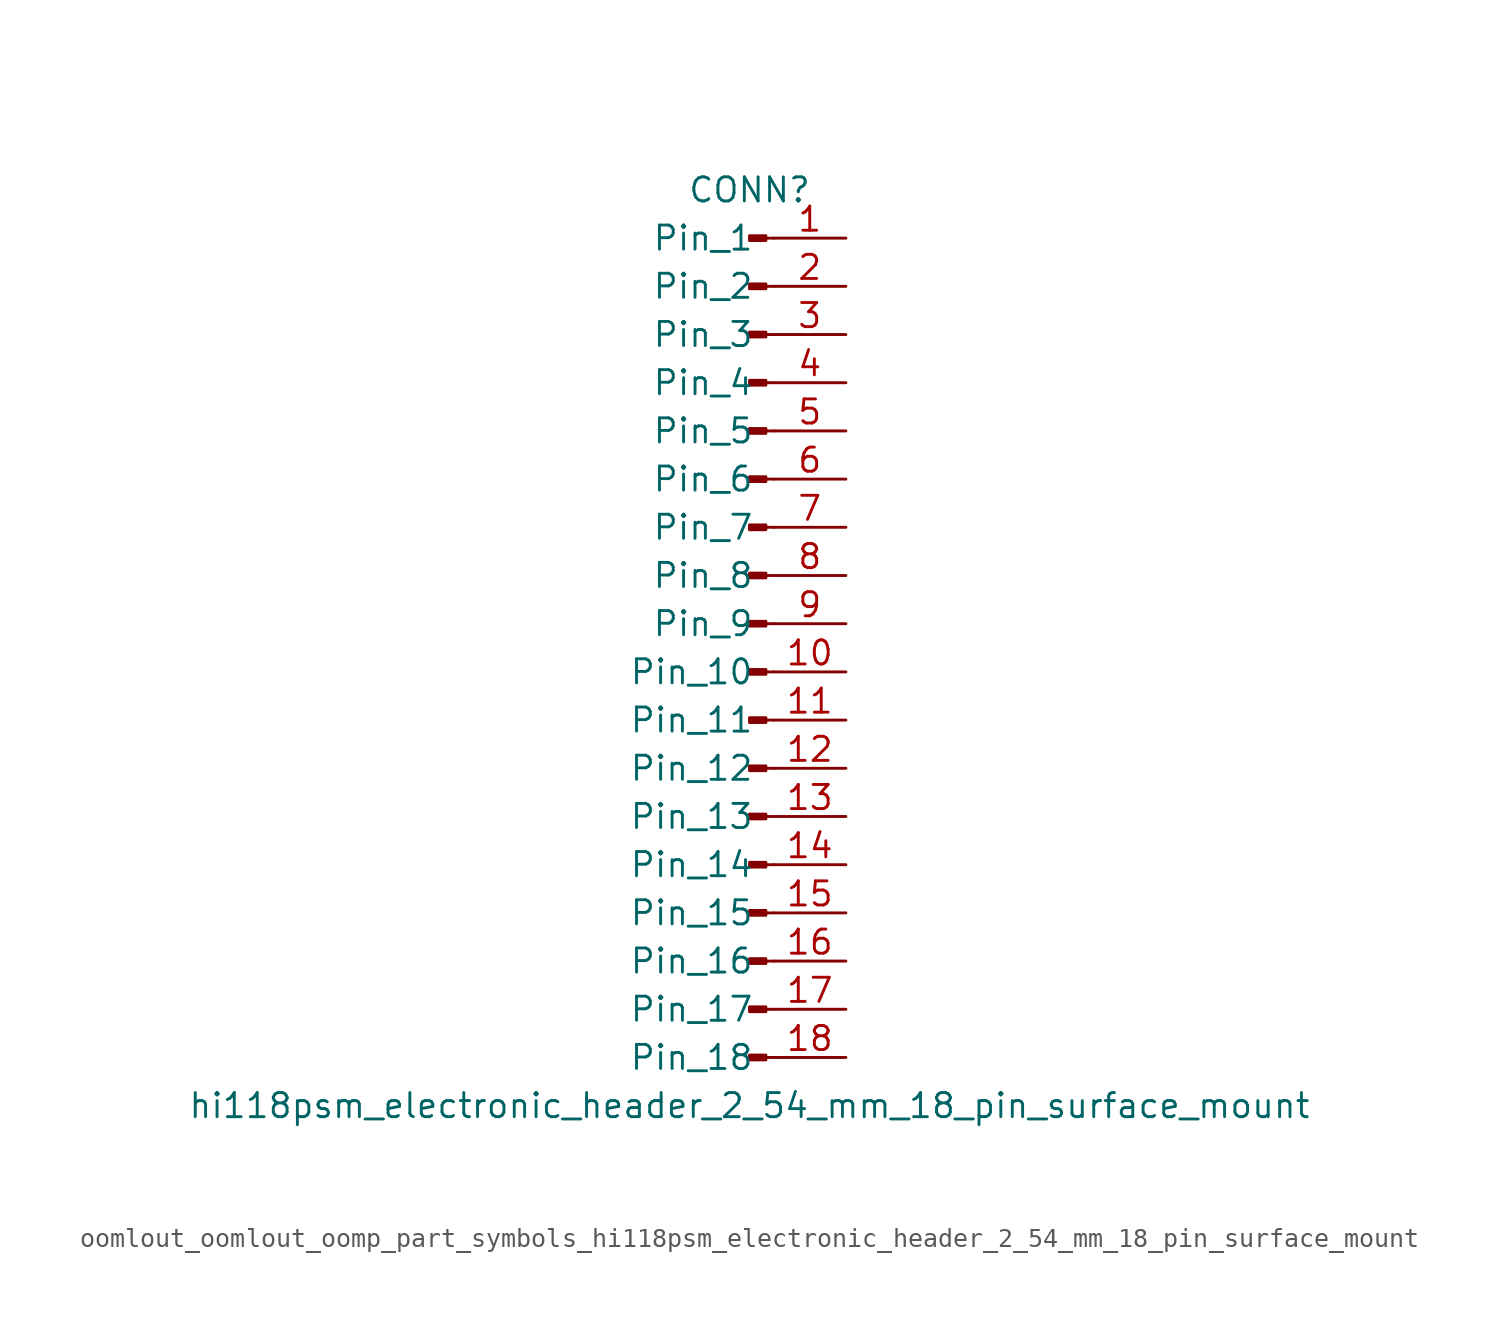
<source format=kicad_sym>
(kicad_symbol_lib
  (version 20220914)
  (generator kicad_symbol_editor)
  (symbol "oomlout_oomlout_oomp_part_symbols_hi118psm_electronic_header_2_54_mm_18_pin_surface_mount"
    (pin_names
      (offset 1.016))
    (property "Reference" "CONN"
      (at 0 22.86 0)
      (effects (font (size 1.27 1.27))))
    (property "Value" "hi118psm_electronic_header_2_54_mm_18_pin_surface_mount"
      (at 0 -25.4 0)
      (effects (font (size 1.27 1.27))))
    (property "ki_locked" ""
      (at 0 0 0)
      (effects (font (size 1.27 1.27))))
    (symbol "oomlout_oomlout_oomp_part_symbols_hi118psm_electronic_header_2_54_mm_18_pin_surface_mount_1_1"
      (polyline (pts (xy 1.27 -22.86) (xy 0.864 -22.86)) (stroke (width 0.152) (type default)) (fill (type none)))
      (polyline (pts (xy 1.27 -20.32) (xy 0.864 -20.32)) (stroke (width 0.152) (type default)) (fill (type none)))
      (polyline (pts (xy 1.27 -17.78) (xy 0.864 -17.78)) (stroke (width 0.152) (type default)) (fill (type none)))
      (polyline (pts (xy 1.27 -15.24) (xy 0.864 -15.24)) (stroke (width 0.152) (type default)) (fill (type none)))
      (polyline (pts (xy 1.27 -12.7) (xy 0.864 -12.7)) (stroke (width 0.152) (type default)) (fill (type none)))
      (polyline (pts (xy 1.27 -10.16) (xy 0.864 -10.16)) (stroke (width 0.152) (type default)) (fill (type none)))
      (polyline (pts (xy 1.27 -7.62) (xy 0.864 -7.62)) (stroke (width 0.152) (type default)) (fill (type none)))
      (polyline (pts (xy 1.27 -5.08) (xy 0.864 -5.08)) (stroke (width 0.152) (type default)) (fill (type none)))
      (polyline (pts (xy 1.27 -2.54) (xy 0.864 -2.54)) (stroke (width 0.152) (type default)) (fill (type none)))
      (polyline (pts (xy 1.27 0) (xy 0.864 0)) (stroke (width 0.152) (type default)) (fill (type none)))
      (polyline (pts (xy 1.27 2.54) (xy 0.864 2.54)) (stroke (width 0.152) (type default)) (fill (type none)))
      (polyline (pts (xy 1.27 5.08) (xy 0.864 5.08)) (stroke (width 0.152) (type default)) (fill (type none)))
      (polyline (pts (xy 1.27 7.62) (xy 0.864 7.62)) (stroke (width 0.152) (type default)) (fill (type none)))
      (polyline (pts (xy 1.27 10.16) (xy 0.864 10.16)) (stroke (width 0.152) (type default)) (fill (type none)))
      (polyline (pts (xy 1.27 12.7) (xy 0.864 12.7)) (stroke (width 0.152) (type default)) (fill (type none)))
      (polyline (pts (xy 1.27 15.24) (xy 0.864 15.24)) (stroke (width 0.152) (type default)) (fill (type none)))
      (polyline (pts (xy 1.27 17.78) (xy 0.864 17.78)) (stroke (width 0.152) (type default)) (fill (type none)))
      (polyline (pts (xy 1.27 20.32) (xy 0.864 20.32)) (stroke (width 0.152) (type default)) (fill (type none)))
      (rectangle (start 0.864 -22.733) (end 0 -22.987) (stroke (width 0.152) (type default)) (fill (type outline)))
      (rectangle (start 0.864 -20.193) (end 0 -20.447) (stroke (width 0.152) (type default)) (fill (type outline)))
      (rectangle (start 0.864 -17.653) (end 0 -17.907) (stroke (width 0.152) (type default)) (fill (type outline)))
      (rectangle (start 0.864 -15.113) (end 0 -15.367) (stroke (width 0.152) (type default)) (fill (type outline)))
      (rectangle (start 0.864 -12.573) (end 0 -12.827) (stroke (width 0.152) (type default)) (fill (type outline)))
      (rectangle (start 0.864 -10.033) (end 0 -10.287) (stroke (width 0.152) (type default)) (fill (type outline)))
      (rectangle (start 0.864 -7.493) (end 0 -7.747) (stroke (width 0.152) (type default)) (fill (type outline)))
      (rectangle (start 0.864 -4.953) (end 0 -5.207) (stroke (width 0.152) (type default)) (fill (type outline)))
      (rectangle (start 0.864 -2.413) (end 0 -2.667) (stroke (width 0.152) (type default)) (fill (type outline)))
      (rectangle (start 0.864 0.127) (end 0 -0.127) (stroke (width 0.152) (type default)) (fill (type outline)))
      (rectangle (start 0.864 2.667) (end 0 2.413) (stroke (width 0.152) (type default)) (fill (type outline)))
      (rectangle (start 0.864 5.207) (end 0 4.953) (stroke (width 0.152) (type default)) (fill (type outline)))
      (rectangle (start 0.864 7.747) (end 0 7.493) (stroke (width 0.152) (type default)) (fill (type outline)))
      (rectangle (start 0.864 10.287) (end 0 10.033) (stroke (width 0.152) (type default)) (fill (type outline)))
      (rectangle (start 0.864 12.827) (end 0 12.573) (stroke (width 0.152) (type default)) (fill (type outline)))
      (rectangle (start 0.864 15.367) (end 0 15.113) (stroke (width 0.152) (type default)) (fill (type outline)))
      (rectangle (start 0.864 17.907) (end 0 17.653) (stroke (width 0.152) (type default)) (fill (type outline)))
      (rectangle (start 0.864 20.447) (end 0 20.193) (stroke (width 0.152) (type default)) (fill (type outline)))
      (pin passive line (at 5.08 20.32 180) (length 3.81) (name "Pin_1" (effects (font (size 1.27 1.27)))) (number "1" (effects (font (size 1.27 1.27)))))
      (pin passive line (at 5.08 -2.54 180) (length 3.81) (name "Pin_10" (effects (font (size 1.27 1.27)))) (number "10" (effects (font (size 1.27 1.27)))))
      (pin passive line (at 5.08 -5.08 180) (length 3.81) (name "Pin_11" (effects (font (size 1.27 1.27)))) (number "11" (effects (font (size 1.27 1.27)))))
      (pin passive line (at 5.08 -7.62 180) (length 3.81) (name "Pin_12" (effects (font (size 1.27 1.27)))) (number "12" (effects (font (size 1.27 1.27)))))
      (pin passive line (at 5.08 -10.16 180) (length 3.81) (name "Pin_13" (effects (font (size 1.27 1.27)))) (number "13" (effects (font (size 1.27 1.27)))))
      (pin passive line (at 5.08 -12.7 180) (length 3.81) (name "Pin_14" (effects (font (size 1.27 1.27)))) (number "14" (effects (font (size 1.27 1.27)))))
      (pin passive line (at 5.08 -15.24 180) (length 3.81) (name "Pin_15" (effects (font (size 1.27 1.27)))) (number "15" (effects (font (size 1.27 1.27)))))
      (pin passive line (at 5.08 -17.78 180) (length 3.81) (name "Pin_16" (effects (font (size 1.27 1.27)))) (number "16" (effects (font (size 1.27 1.27)))))
      (pin passive line (at 5.08 -20.32 180) (length 3.81) (name "Pin_17" (effects (font (size 1.27 1.27)))) (number "17" (effects (font (size 1.27 1.27)))))
      (pin passive line (at 5.08 -22.86 180) (length 3.81) (name "Pin_18" (effects (font (size 1.27 1.27)))) (number "18" (effects (font (size 1.27 1.27)))))
      (pin passive line (at 5.08 17.78 180) (length 3.81) (name "Pin_2" (effects (font (size 1.27 1.27)))) (number "2" (effects (font (size 1.27 1.27)))))
      (pin passive line (at 5.08 15.24 180) (length 3.81) (name "Pin_3" (effects (font (size 1.27 1.27)))) (number "3" (effects (font (size 1.27 1.27)))))
      (pin passive line (at 5.08 12.7 180) (length 3.81) (name "Pin_4" (effects (font (size 1.27 1.27)))) (number "4" (effects (font (size 1.27 1.27)))))
      (pin passive line (at 5.08 10.16 180) (length 3.81) (name "Pin_5" (effects (font (size 1.27 1.27)))) (number "5" (effects (font (size 1.27 1.27)))))
      (pin passive line (at 5.08 7.62 180) (length 3.81) (name "Pin_6" (effects (font (size 1.27 1.27)))) (number "6" (effects (font (size 1.27 1.27)))))
      (pin passive line (at 5.08 5.08 180) (length 3.81) (name "Pin_7" (effects (font (size 1.27 1.27)))) (number "7" (effects (font (size 1.27 1.27)))))
      (pin passive line (at 5.08 2.54 180) (length 3.81) (name "Pin_8" (effects (font (size 1.27 1.27)))) (number "8" (effects (font (size 1.27 1.27)))))
      (pin passive line (at 5.08 0 180) (length 3.81) (name "Pin_9" (effects (font (size 1.27 1.27)))) (number "9" (effects (font (size 1.27 1.27))))))))
</source>
